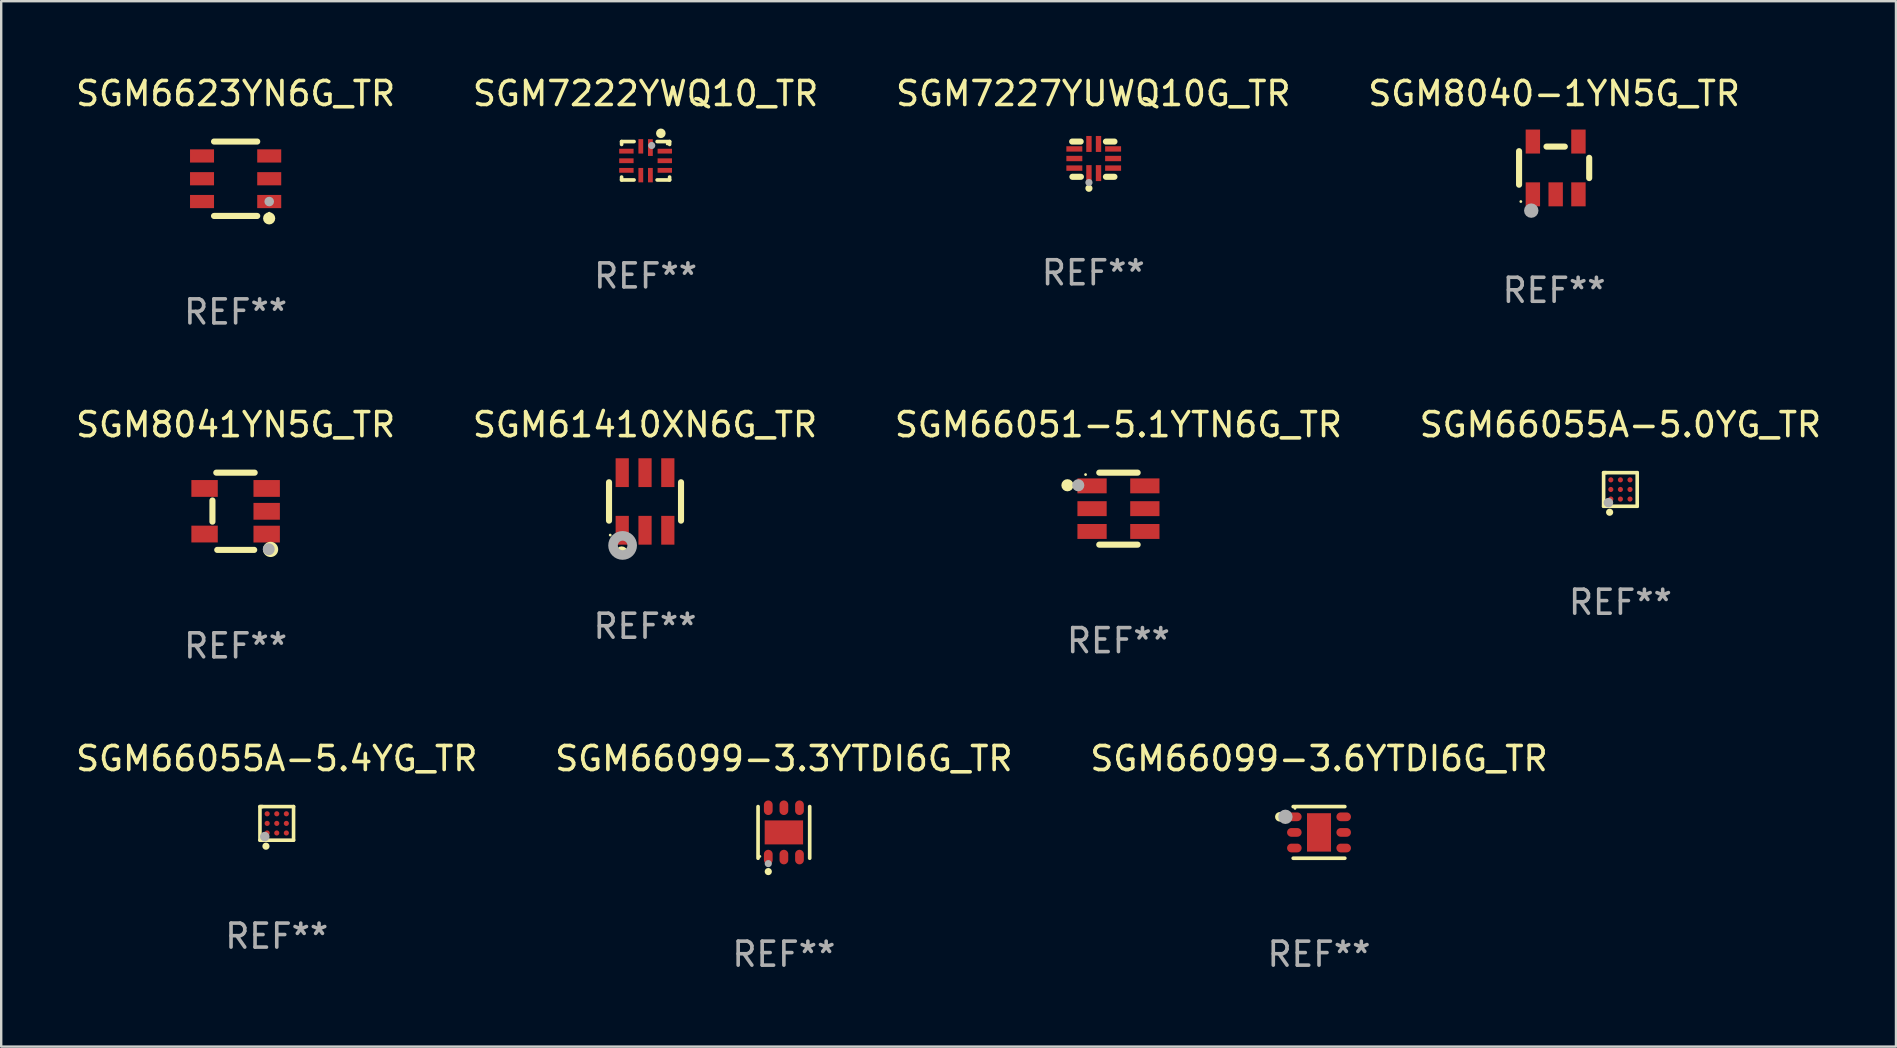
<source format=kicad_pcb>
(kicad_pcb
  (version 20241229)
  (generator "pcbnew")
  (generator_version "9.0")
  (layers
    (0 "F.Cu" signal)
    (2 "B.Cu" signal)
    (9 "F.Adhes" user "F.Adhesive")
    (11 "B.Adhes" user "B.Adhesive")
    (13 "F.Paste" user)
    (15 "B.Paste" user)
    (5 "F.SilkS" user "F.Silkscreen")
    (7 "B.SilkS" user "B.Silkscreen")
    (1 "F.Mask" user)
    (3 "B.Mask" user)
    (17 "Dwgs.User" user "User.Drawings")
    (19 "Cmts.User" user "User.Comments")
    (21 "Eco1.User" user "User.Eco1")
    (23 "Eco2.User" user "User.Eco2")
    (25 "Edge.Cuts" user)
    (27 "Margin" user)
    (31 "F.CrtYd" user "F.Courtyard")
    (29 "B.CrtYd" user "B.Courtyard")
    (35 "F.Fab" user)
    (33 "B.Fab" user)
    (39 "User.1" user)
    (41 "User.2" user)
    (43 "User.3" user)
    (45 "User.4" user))
  (footprint "SGM6623YN6G_TR"
    (layer "F.Cu")
    (at 6.768 4.398)
    (property "Reference" "SGM6623YN6G_TR" (at 0 -3.55 0) (layer "F.SilkS") (effects (font (size 1 1) (thickness 0.15))))
    (attr through_hole)
    (fp_line (start -0.9 -1.55) (end 0.9 -1.55) (stroke (width 0.254) (type solid)) (layer "F.SilkS"))
    (fp_line (start -0.9 1.55) (end 0.9 1.55) (stroke (width 0.254) (type solid)) (layer "F.SilkS"))
    (fp_circle (center 1.397 1.651) (end 1.524 1.651) (stroke (width 0.254) (type solid)) (fill no) (layer "F.SilkS"))
    (fp_circle (center 1.4 1.435) (end 1.43 1.435) (stroke (width 0.06) (type solid)) (fill no) (layer "F.SilkS"))
    (fp_circle (center 1.4 0.95) (end 1.5 0.95) (stroke (width 0.2) (type solid)) (fill no) (layer "F.Fab"))
    (fp_text user "REF**" (at 0 5.55 0) (layer "F.Fab") (effects (font (size 1 1) (thickness 0.15))))
    (pad "1" smd rect (at 1.4 0.95) (size 1 0.55) (layers "F.Cu" "F.Mask" "F.Paste"))
    (pad "2" smd rect (at 1.4 -0.000102) (size 1 0.55) (layers "F.Cu" "F.Mask" "F.Paste"))
    (pad "3" smd rect (at 1.4 -0.95) (size 1 0.55) (layers "F.Cu" "F.Mask" "F.Paste"))
    (pad "4" smd rect (at -1.4 -0.95) (size 1 0.55) (layers "F.Cu" "F.Mask" "F.Paste"))
    (pad "5" smd rect (at -1.4 -0.000102) (size 1 0.55) (layers "F.Cu" "F.Mask" "F.Paste"))
    (pad "6" smd rect (at -1.4 0.95) (size 1 0.55) (layers "F.Cu" "F.Mask" "F.Paste")))
  (footprint "SGM61410XN6G_TR"
    (layer "F.Cu")
    (at 23.827 17.845)
    (property "Reference" "SGM61410XN6G_TR" (at 0 -3.2 0) (layer "F.SilkS") (effects (font (size 1 1) (thickness 0.15))))
    (attr through_hole)
    (fp_line (start -1.5 0.8) (end -1.5 -0.8) (stroke (width 0.254) (type solid)) (layer "F.SilkS"))
    (fp_line (start 1.5 -0.8) (end 1.5 0.8) (stroke (width 0.254) (type solid)) (layer "F.SilkS"))
    (fp_circle (center -1.45 1.4) (end -1.42 1.4) (stroke (width 0.06) (type solid)) (fill no) (layer "F.SilkS"))
    (fp_circle (center -0.975 2.125) (end -0.848 2.125) (stroke (width 0.254) (type solid)) (fill no) (layer "F.SilkS"))
    (fp_circle (center -0.934 1.832) (end -0.735 1.832) (stroke (width 0.4) (type solid)) (fill no) (layer "F.Fab"))
    (fp_text user "REF**" (at 0 5.2 0) (layer "F.Fab") (effects (font (size 1 1) (thickness 0.15))))
    (pad "1" smd rect (at -0.95 1.2) (size 0.55 1.2) (layers "F.Cu" "F.Mask" "F.Paste"))
    (pad "2" smd rect (at 0 1.2) (size 0.55 1.2) (layers "F.Cu" "F.Mask" "F.Paste"))
    (pad "3" smd rect (at 0.95 1.2) (size 0.55 1.2) (layers "F.Cu" "F.Mask" "F.Paste"))
    (pad "4" smd rect (at 0.95 -1.2) (size 0.55 1.2) (layers "F.Cu" "F.Mask" "F.Paste"))
    (pad "5" smd rect (at 0 -1.2) (size 0.55 1.2) (layers "F.Cu" "F.Mask" "F.Paste"))
    (pad "6" smd rect (at -0.95 -1.2) (size 0.55 1.2) (layers "F.Cu" "F.Mask" "F.Paste")))
  (footprint "SGM66055A-5.4YG_TR"
    (layer "F.Cu")
    (at 8.482 31.259)
    (property "Reference" "SGM66055A-5.4YG_TR" (at 0 -2.7 0) (layer "F.SilkS") (effects (font (size 1 1) (thickness 0.15))))
    (attr through_hole)
    (fp_line (start -0.7 -0.7) (end -0.6 -0.7) (stroke (width 0.15) (type solid)) (layer "F.SilkS"))
    (fp_line (start -0.7 0.7) (end -0.7 -0.7) (stroke (width 0.15) (type solid)) (layer "F.SilkS"))
    (fp_line (start -0.65 -0.7) (end 0.7 -0.7) (stroke (width 0.15) (type solid)) (layer "F.SilkS"))
    (fp_line (start 0.7 -0.7) (end 0.7 0.7) (stroke (width 0.15) (type solid)) (layer "F.SilkS"))
    (fp_line (start 0.7 0.7) (end -0.7 0.7) (stroke (width 0.15) (type solid)) (layer "F.SilkS"))
    (fp_circle (center -0.6 0.6) (end -0.57 0.6) (stroke (width 0.06) (type solid)) (fill no) (layer "F.SilkS"))
    (fp_circle (center -0.45 0.95) (end -0.375 0.95) (stroke (width 0.15) (type solid)) (fill no) (layer "F.SilkS"))
    (fp_circle (center -0.5 0.55) (end -0.4 0.55) (stroke (width 0.2) (type solid)) (fill no) (layer "F.Fab"))
    (fp_text user "REF**" (at 0 4.7 0) (layer "F.Fab") (effects (font (size 1 1) (thickness 0.15))))
    (pad "A1" smd circle (at -0.4 0.4) (size 0.215 0.215) (layers "F.Cu" "F.Mask" "F.Paste"))
    (pad "A2" smd circle (at -0.4 0.000127) (size 0.215 0.215) (layers "F.Cu" "F.Mask" "F.Paste"))
    (pad "A3" smd circle (at -0.4 -0.4) (size 0.215 0.215) (layers "F.Cu" "F.Mask" "F.Paste"))
    (pad "B1" smd circle (at 0.000127 0.4) (size 0.215 0.215) (layers "F.Cu" "F.Mask" "F.Paste"))
    (pad "B2" smd circle (at 0.000127 -0.000127) (size 0.215 0.215) (layers "F.Cu" "F.Mask" "F.Paste"))
    (pad "B3" smd circle (at 0.000127 -0.4) (size 0.215 0.215) (layers "F.Cu" "F.Mask" "F.Paste"))
    (pad "C1" smd circle (at 0.4 0.4) (size 0.215 0.215) (layers "F.Cu" "F.Mask" "F.Paste"))
    (pad "C2" smd circle (at 0.4 0.000127) (size 0.215 0.215) (layers "F.Cu" "F.Mask" "F.Paste"))
    (pad "C3" smd circle (at 0.4 -0.4) (size 0.215 0.215) (layers "F.Cu" "F.Mask" "F.Paste")))
  (footprint "SGM7222YWQ10_TR"
    (layer "F.Cu")
    (at 23.851 3.648)
    (property "Reference" "SGM7222YWQ10_TR" (at 0 -2.8 0) (layer "F.SilkS") (effects (font (size 1 1) (thickness 0.15))))
    (attr through_hole)
    (fp_line (start -1 -0.8) (end -0.48 -0.8) (stroke (width 0.152) (type solid)) (layer "F.SilkS"))
    (fp_line (start -1 -0.68) (end -1 -0.8) (stroke (width 0.152) (type solid)) (layer "F.SilkS"))
    (fp_line (start -1 0.8) (end -1 0.68) (stroke (width 0.152) (type solid)) (layer "F.SilkS"))
    (fp_line (start -0.48 0.8) (end -1 0.8) (stroke (width 0.152) (type solid)) (layer "F.SilkS"))
    (fp_line (start 0.48 -0.8) (end 1 -0.8) (stroke (width 0.152) (type solid)) (layer "F.SilkS"))
    (fp_line (start 1 -0.8) (end 1 -0.68) (stroke (width 0.152) (type solid)) (layer "F.SilkS"))
    (fp_line (start 1 0.68) (end 1 0.8) (stroke (width 0.152) (type solid)) (layer "F.SilkS"))
    (fp_line (start 1 0.8) (end 0.48 0.8) (stroke (width 0.152) (type solid)) (layer "F.SilkS"))
    (fp_circle (center 0.635 -1.143) (end 0.735 -1.143) (stroke (width 0.2) (type solid)) (fill no) (layer "F.SilkS"))
    (fp_circle (center 0.9 -0.7) (end 0.93 -0.7) (stroke (width 0.06) (type solid)) (fill no) (layer "F.SilkS"))
    (fp_circle (center 0.254 -0.635) (end 0.329 -0.635) (stroke (width 0.15) (type solid)) (fill no) (layer "F.Fab"))
    (fp_text user "REF**" (at 0 4.8 0) (layer "F.Fab") (effects (font (size 1 1) (thickness 0.15))))
    (pad "1" smd rect (at 0.2 -0.55 270) (size 0.7 0.2) (layers "F.Cu" "F.Mask" "F.Paste"))
    (pad "2" smd rect (at -0.2 -0.6 270) (size 0.6 0.2) (layers "F.Cu" "F.Mask" "F.Paste"))
    (pad "3" smd rect (at -0.8 -0.4 270) (size 0.2 0.6) (layers "F.Cu" "F.Mask" "F.Paste"))
    (pad "4" smd rect (at -0.8 0.000076 270) (size 0.2 0.6) (layers "F.Cu" "F.Mask" "F.Paste"))
    (pad "5" smd rect (at -0.8 0.4 270) (size 0.2 0.6) (layers "F.Cu" "F.Mask" "F.Paste"))
    (pad "6" smd rect (at -0.2 0.6 270) (size 0.6 0.2) (layers "F.Cu" "F.Mask" "F.Paste"))
    (pad "7" smd rect (at 0.2 0.6 270) (size 0.6 0.2) (layers "F.Cu" "F.Mask" "F.Paste"))
    (pad "8" smd rect (at 0.8 0.4 270) (size 0.2 0.6) (layers "F.Cu" "F.Mask" "F.Paste"))
    (pad "9" smd rect (at 0.8 0.000076 270) (size 0.2 0.6) (layers "F.Cu" "F.Mask" "F.Paste"))
    (pad "10" smd rect (at 0.8 -0.4 270) (size 0.2 0.6) (layers "F.Cu" "F.Mask" "F.Paste")))
  (footprint "SGM66051-5.1YTN6G_TR"
    (layer "F.Cu")
    (at 43.554 18.145)
    (property "Reference" "SGM66051-5.1YTN6G_TR" (at 0 -3.5 0) (layer "F.SilkS") (effects (font (size 1 1) (thickness 0.15))))
    (attr through_hole)
    (fp_line (start -0.8 -1.5) (end 0.8 -1.5) (stroke (width 0.254) (type solid)) (layer "F.SilkS"))
    (fp_line (start 0.8 1.5) (end -0.8 1.5) (stroke (width 0.254) (type solid)) (layer "F.SilkS"))
    (fp_circle (center -2.125 -0.975) (end -1.998 -0.975) (stroke (width 0.254) (type solid)) (fill no) (layer "F.SilkS"))
    (fp_circle (center -1.37 -1.42) (end -1.34 -1.42) (stroke (width 0.06) (type solid)) (fill no) (layer "F.SilkS"))
    (fp_circle (center -1.675 -0.975) (end -1.548 -0.975) (stroke (width 0.254) (type solid)) (fill no) (layer "F.Fab"))
    (fp_text user "REF**" (at 0 5.5 0) (layer "F.Fab") (effects (font (size 1 1) (thickness 0.15))))
    (pad "1" smd rect (at -1.1 -0.95 180) (size 1.219 0.622) (layers "F.Cu" "F.Mask" "F.Paste"))
    (pad "2" smd rect (at -1.1 -0.000152 180) (size 1.219 0.622) (layers "F.Cu" "F.Mask" "F.Paste"))
    (pad "3" smd rect (at -1.1 0.95 180) (size 1.219 0.622) (layers "F.Cu" "F.Mask" "F.Paste"))
    (pad "4" smd rect (at 1.1 0.95) (size 1.219 0.622) (layers "F.Cu" "F.Mask" "F.Paste"))
    (pad "5" smd rect (at 1.1 -0.000152) (size 1.219 0.622) (layers "F.Cu" "F.Mask" "F.Paste"))
    (pad "6" smd rect (at 1.1 -0.95) (size 1.219 0.622) (layers "F.Cu" "F.Mask" "F.Paste")))
  (footprint "SGM8040-1YN5G_TR"
    (layer "F.Cu")
    (at 61.708 3.948)
    (property "Reference" "SGM8040-1YN5G_TR" (at 0 -3.1 0) (layer "F.SilkS") (effects (font (size 1 1) (thickness 0.15))))
    (attr through_hole)
    (fp_line (start -1.461 -0.699) (end -1.461 0.699) (stroke (width 0.254) (type solid)) (layer "F.SilkS"))
    (fp_line (start -0.318 -0.889) (end 0.445 -0.889) (stroke (width 0.254) (type solid)) (layer "F.SilkS"))
    (fp_line (start 1.461 -0.422) (end 1.461 0.422) (stroke (width 0.254) (type solid)) (layer "F.SilkS"))
    (fp_circle (center -1.387 1.4) (end -1.357 1.4) (stroke (width 0.06) (type solid)) (fill no) (layer "F.SilkS"))
    (fp_circle (center -0.953 1.778) (end -0.802 1.778) (stroke (width 0.3) (type solid)) (fill no) (layer "F.Fab"))
    (fp_text user "REF**" (at 0 5.1 0) (layer "F.Fab") (effects (font (size 1 1) (thickness 0.15))))
    (pad "1" smd rect (at -0.886 1.1) (size 0.6 1) (layers "F.Cu" "F.Mask" "F.Paste"))
    (pad "2" smd rect (at 0.064 1.1) (size 0.6 1) (layers "F.Cu" "F.Mask" "F.Paste"))
    (pad "3" smd rect (at 1.013 1.1) (size 0.6 1) (layers "F.Cu" "F.Mask" "F.Paste"))
    (pad "4" smd rect (at 1.013 -1.1) (size 0.6 1) (layers "F.Cu" "F.Mask" "F.Paste"))
    (pad "5" smd rect (at -0.886 -1.1) (size 0.6 1) (layers "F.Cu" "F.Mask" "F.Paste")))
  (footprint "SGM66055A-5.0YG_TR"
    (layer "F.Cu")
    (at 64.47 17.345)
    (property "Reference" "SGM66055A-5.0YG_TR" (at 0 -2.7 0) (layer "F.SilkS") (effects (font (size 1 1) (thickness 0.15))))
    (attr through_hole)
    (fp_line (start -0.7 -0.7) (end -0.6 -0.7) (stroke (width 0.15) (type solid)) (layer "F.SilkS"))
    (fp_line (start -0.7 0.7) (end -0.7 -0.7) (stroke (width 0.15) (type solid)) (layer "F.SilkS"))
    (fp_line (start -0.65 -0.7) (end 0.7 -0.7) (stroke (width 0.15) (type solid)) (layer "F.SilkS"))
    (fp_line (start 0.7 -0.7) (end 0.7 0.7) (stroke (width 0.15) (type solid)) (layer "F.SilkS"))
    (fp_line (start 0.7 0.7) (end -0.7 0.7) (stroke (width 0.15) (type solid)) (layer "F.SilkS"))
    (fp_circle (center -0.6 0.6) (end -0.57 0.6) (stroke (width 0.06) (type solid)) (fill no) (layer "F.SilkS"))
    (fp_circle (center -0.45 0.95) (end -0.375 0.95) (stroke (width 0.15) (type solid)) (fill no) (layer "F.SilkS"))
    (fp_circle (center -0.5 0.55) (end -0.4 0.55) (stroke (width 0.2) (type solid)) (fill no) (layer "F.Fab"))
    (fp_text user "REF**" (at 0 4.7 0) (layer "F.Fab") (effects (font (size 1 1) (thickness 0.15))))
    (pad "A1" smd circle (at -0.4 0.4) (size 0.215 0.215) (layers "F.Cu" "F.Mask" "F.Paste"))
    (pad "A2" smd circle (at -0.4 0.000127) (size 0.215 0.215) (layers "F.Cu" "F.Mask" "F.Paste"))
    (pad "A3" smd circle (at -0.4 -0.4) (size 0.215 0.215) (layers "F.Cu" "F.Mask" "F.Paste"))
    (pad "B1" smd circle (at 0.000127 0.4) (size 0.215 0.215) (layers "F.Cu" "F.Mask" "F.Paste"))
    (pad "B2" smd circle (at 0.000127 -0.000127) (size 0.215 0.215) (layers "F.Cu" "F.Mask" "F.Paste"))
    (pad "B3" smd circle (at 0.000127 -0.4) (size 0.215 0.215) (layers "F.Cu" "F.Mask" "F.Paste"))
    (pad "C1" smd circle (at 0.4 0.4) (size 0.215 0.215) (layers "F.Cu" "F.Mask" "F.Paste"))
    (pad "C2" smd circle (at 0.4 0.000127) (size 0.215 0.215) (layers "F.Cu" "F.Mask" "F.Paste"))
    (pad "C3" smd circle (at 0.4 -0.4) (size 0.215 0.215) (layers "F.Cu" "F.Mask" "F.Paste")))
  (footprint "SGM8041YN5G_TR"
    (layer "F.Cu")
    (at 6.768 18.254)
    (property "Reference" "SGM8041YN5G_TR" (at 0 -3.609 0) (layer "F.SilkS") (effects (font (size 1 1) (thickness 0.15))))
    (attr through_hole)
    (fp_line (start -0.966 0.433) (end -0.966 -0.451) (stroke (width 0.254) (type solid)) (layer "F.SilkS"))
    (fp_line (start -0.806 -1.609) (end 0.794 -1.609) (stroke (width 0.254) (type solid)) (layer "F.SilkS"))
    (fp_line (start -0.766 1.609) (end 0.774 1.609) (stroke (width 0.254) (type solid)) (layer "F.SilkS"))
    (fp_circle (center 1.4 1.45) (end 1.43 1.45) (stroke (width 0.06) (type solid)) (fill no) (layer "F.SilkS"))
    (fp_circle (center 1.456 1.589) (end 1.52 1.589) (stroke (width 0.254) (type solid)) (fill no) (layer "F.SilkS"))
    (fp_circle (center 1.38 1.58) (end 1.505 1.58) (stroke (width 0.25) (type solid)) (fill no) (layer "F.Fab"))
    (fp_text user "REF**" (at 0 5.609 0) (layer "F.Fab") (effects (font (size 1 1) (thickness 0.15))))
    (pad "1" smd rect (at 1.294 0.951) (size 1.1 0.7) (layers "F.Cu" "F.Mask" "F.Paste"))
    (pad "2" smd rect (at 1.294 0.001) (size 1.1 0.7) (layers "F.Cu" "F.Mask" "F.Paste"))
    (pad "3" smd rect (at 1.294 -0.951) (size 1.1 0.7) (layers "F.Cu" "F.Mask" "F.Paste"))
    (pad "4" smd rect (at -1.294 -0.951 180) (size 1.1 0.7) (layers "F.Cu" "F.Mask" "F.Paste"))
    (pad "5" smd rect (at -1.294 0.949 180) (size 1.1 0.7) (layers "F.Cu" "F.Mask" "F.Paste")))
  (footprint "SGM66099-3.6YTDI6G_TR"
    (layer "F.Cu")
    (at 51.911 31.635)
    (property "Reference" "SGM66099-3.6YTDI6G_TR" (at 0 -3.076 0) (layer "F.SilkS") (effects (font (size 1 1) (thickness 0.15))))
    (attr through_hole)
    (fp_line (start -1.076 -1.076) (end 1.076 -1.076) (stroke (width 0.152) (type solid)) (layer "F.SilkS"))
    (fp_line (start 1.076 1.076) (end -1.076 1.076) (stroke (width 0.152) (type solid)) (layer "F.SilkS"))
    (fp_circle (center -1.632 -0.65) (end -1.532 -0.65) (stroke (width 0.2) (type solid)) (fill no) (layer "F.SilkS"))
    (fp_circle (center -1 -1) (end -0.97 -1) (stroke (width 0.06) (type solid)) (fill no) (layer "F.SilkS"))
    (fp_circle (center -1.4 -0.65) (end -1.25 -0.65) (stroke (width 0.3) (type solid)) (fill no) (layer "F.Fab"))
    (fp_text user "REF**" (at 0 5.076 0) (layer "F.Fab") (effects (font (size 1 1) (thickness 0.15))))
    (pad "1" smd oval (at -1.028 -0.65 270) (size 0.364 0.607) (layers "F.Cu" "F.Mask" "F.Paste"))
    (pad "2" smd oval (at -1.028 0 270) (size 0.364 0.607) (layers "F.Cu" "F.Mask" "F.Paste"))
    (pad "3" smd oval (at -1.028 0.65 270) (size 0.364 0.607) (layers "F.Cu" "F.Mask" "F.Paste"))
    (pad "4" smd oval (at 1.028 0.65 270) (size 0.364 0.607) (layers "F.Cu" "F.Mask" "F.Paste"))
    (pad "5" smd oval (at 1.028 0 270) (size 0.364 0.607) (layers "F.Cu" "F.Mask" "F.Paste"))
    (pad "6" smd oval (at 1.028 -0.65 270) (size 0.364 0.607) (layers "F.Cu" "F.Mask" "F.Paste"))
    (pad "7" smd rect (at 0 0) (size 1 1.6) (layers "F.Cu" "F.Mask" "F.Paste")))
  (footprint "SGM7227YUWQ10G_TR"
    (layer "F.Cu")
    (at 42.506 3.583)
    (property "Reference" "SGM7227YUWQ10G_TR" (at 0 -2.734 0) (layer "F.SilkS") (effects (font (size 1 1) (thickness 0.15))))
    (attr through_hole)
    (fp_line (start -0.881 -0.734) (end -0.526 -0.734) (stroke (width 0.254) (type solid)) (layer "F.SilkS"))
    (fp_line (start -0.871 0.734) (end -0.516 0.734) (stroke (width 0.254) (type solid)) (layer "F.SilkS"))
    (fp_line (start 0.526 -0.734) (end 0.881 -0.734) (stroke (width 0.254) (type solid)) (layer "F.SilkS"))
    (fp_line (start 0.526 0.734) (end 0.881 0.734) (stroke (width 0.254) (type solid)) (layer "F.SilkS"))
    (fp_circle (center -0.882 0.672) (end -0.852 0.672) (stroke (width 0.06) (type solid)) (fill no) (layer "F.SilkS"))
    (fp_circle (center -0.182 1.212) (end -0.107 1.212) (stroke (width 0.15) (type solid)) (fill no) (layer "F.SilkS"))
    (fp_circle (center -0.182 0.972) (end -0.107 0.972) (stroke (width 0.15) (type solid)) (fill no) (layer "F.Fab"))
    (fp_text user "REF**" (at 0 4.734 0) (layer "F.Fab") (effects (font (size 1 1) (thickness 0.15))))
    (pad "1" smd rect (at -0.182 0.58) (size 0.224 0.665) (layers "F.Cu" "F.Mask" "F.Paste"))
    (pad "2" smd rect (at 0.217 0.58) (size 0.224 0.665) (layers "F.Cu" "F.Mask" "F.Paste"))
    (pad "3" smd rect (at 0.825 0.372) (size 0.665 0.224) (layers "F.Cu" "F.Mask" "F.Paste"))
    (pad "4" smd rect (at 0.825 -0.028) (size 0.665 0.224) (layers "F.Cu" "F.Mask" "F.Paste"))
    (pad "5" smd rect (at 0.825 -0.428) (size 0.665 0.224) (layers "F.Cu" "F.Mask" "F.Paste"))
    (pad "6" smd rect (at 0.217 -0.635) (size 0.224 0.665) (layers "F.Cu" "F.Mask" "F.Paste"))
    (pad "7" smd rect (at -0.182 -0.635) (size 0.224 0.665) (layers "F.Cu" "F.Mask" "F.Paste"))
    (pad "8" smd rect (at -0.79 -0.428) (size 0.665 0.224) (layers "F.Cu" "F.Mask" "F.Paste"))
    (pad "9" smd rect (at -0.79 -0.028) (size 0.665 0.224) (layers "F.Cu" "F.Mask" "F.Paste"))
    (pad "10" smd rect (at -0.79 0.372) (size 0.665 0.224) (layers "F.Cu" "F.Mask" "F.Paste")))
  (footprint "SGM66099-3.3YTDI6G_TR"
    (layer "F.Cu")
    (at 29.613 31.635)
    (property "Reference" "SGM66099-3.3YTDI6G_TR" (at 0 -3.076 0) (layer "F.SilkS") (effects (font (size 1 1) (thickness 0.15))))
    (attr through_hole)
    (fp_line (start -1.076 1.076) (end -1.076 -1.076) (stroke (width 0.152) (type solid)) (layer "F.SilkS"))
    (fp_line (start 1.076 1.076) (end 1.076 -1.076) (stroke (width 0.152) (type solid)) (layer "F.SilkS"))
    (fp_circle (center -1 1) (end -0.97 1) (stroke (width 0.06) (type solid)) (fill no) (layer "F.SilkS"))
    (fp_circle (center -0.65 1.632) (end -0.575 1.632) (stroke (width 0.15) (type solid)) (fill no) (layer "F.SilkS"))
    (fp_circle (center -0.65 1.3) (end -0.575 1.3) (stroke (width 0.15) (type solid)) (fill no) (layer "F.Fab"))
    (fp_text user "REF**" (at 0 5.076 0) (layer "F.Fab") (effects (font (size 1 1) (thickness 0.15))))
    (pad "1" smd oval (at -0.65 1.028) (size 0.364 0.607) (layers "F.Cu" "F.Mask" "F.Paste"))
    (pad "2" smd oval (at 0 1.028) (size 0.364 0.607) (layers "F.Cu" "F.Mask" "F.Paste"))
    (pad "3" smd oval (at 0.65 1.028) (size 0.364 0.607) (layers "F.Cu" "F.Mask" "F.Paste"))
    (pad "4" smd oval (at 0.65 -1.028) (size 0.364 0.607) (layers "F.Cu" "F.Mask" "F.Paste"))
    (pad "5" smd oval (at 0 -1.028) (size 0.364 0.607) (layers "F.Cu" "F.Mask" "F.Paste"))
    (pad "6" smd oval (at -0.65 -1.028) (size 0.364 0.607) (layers "F.Cu" "F.Mask" "F.Paste"))
    (pad "7" smd rect (at 0 0) (size 1.6 1) (layers "F.Cu" "F.Mask" "F.Paste")))
  (gr_rect
    (start -3 -3)
    (end 75.952 40.56)
    (stroke (width 0.1) (type default))
    (fill no)
    (layer "Edge.Cuts")))
</source>
